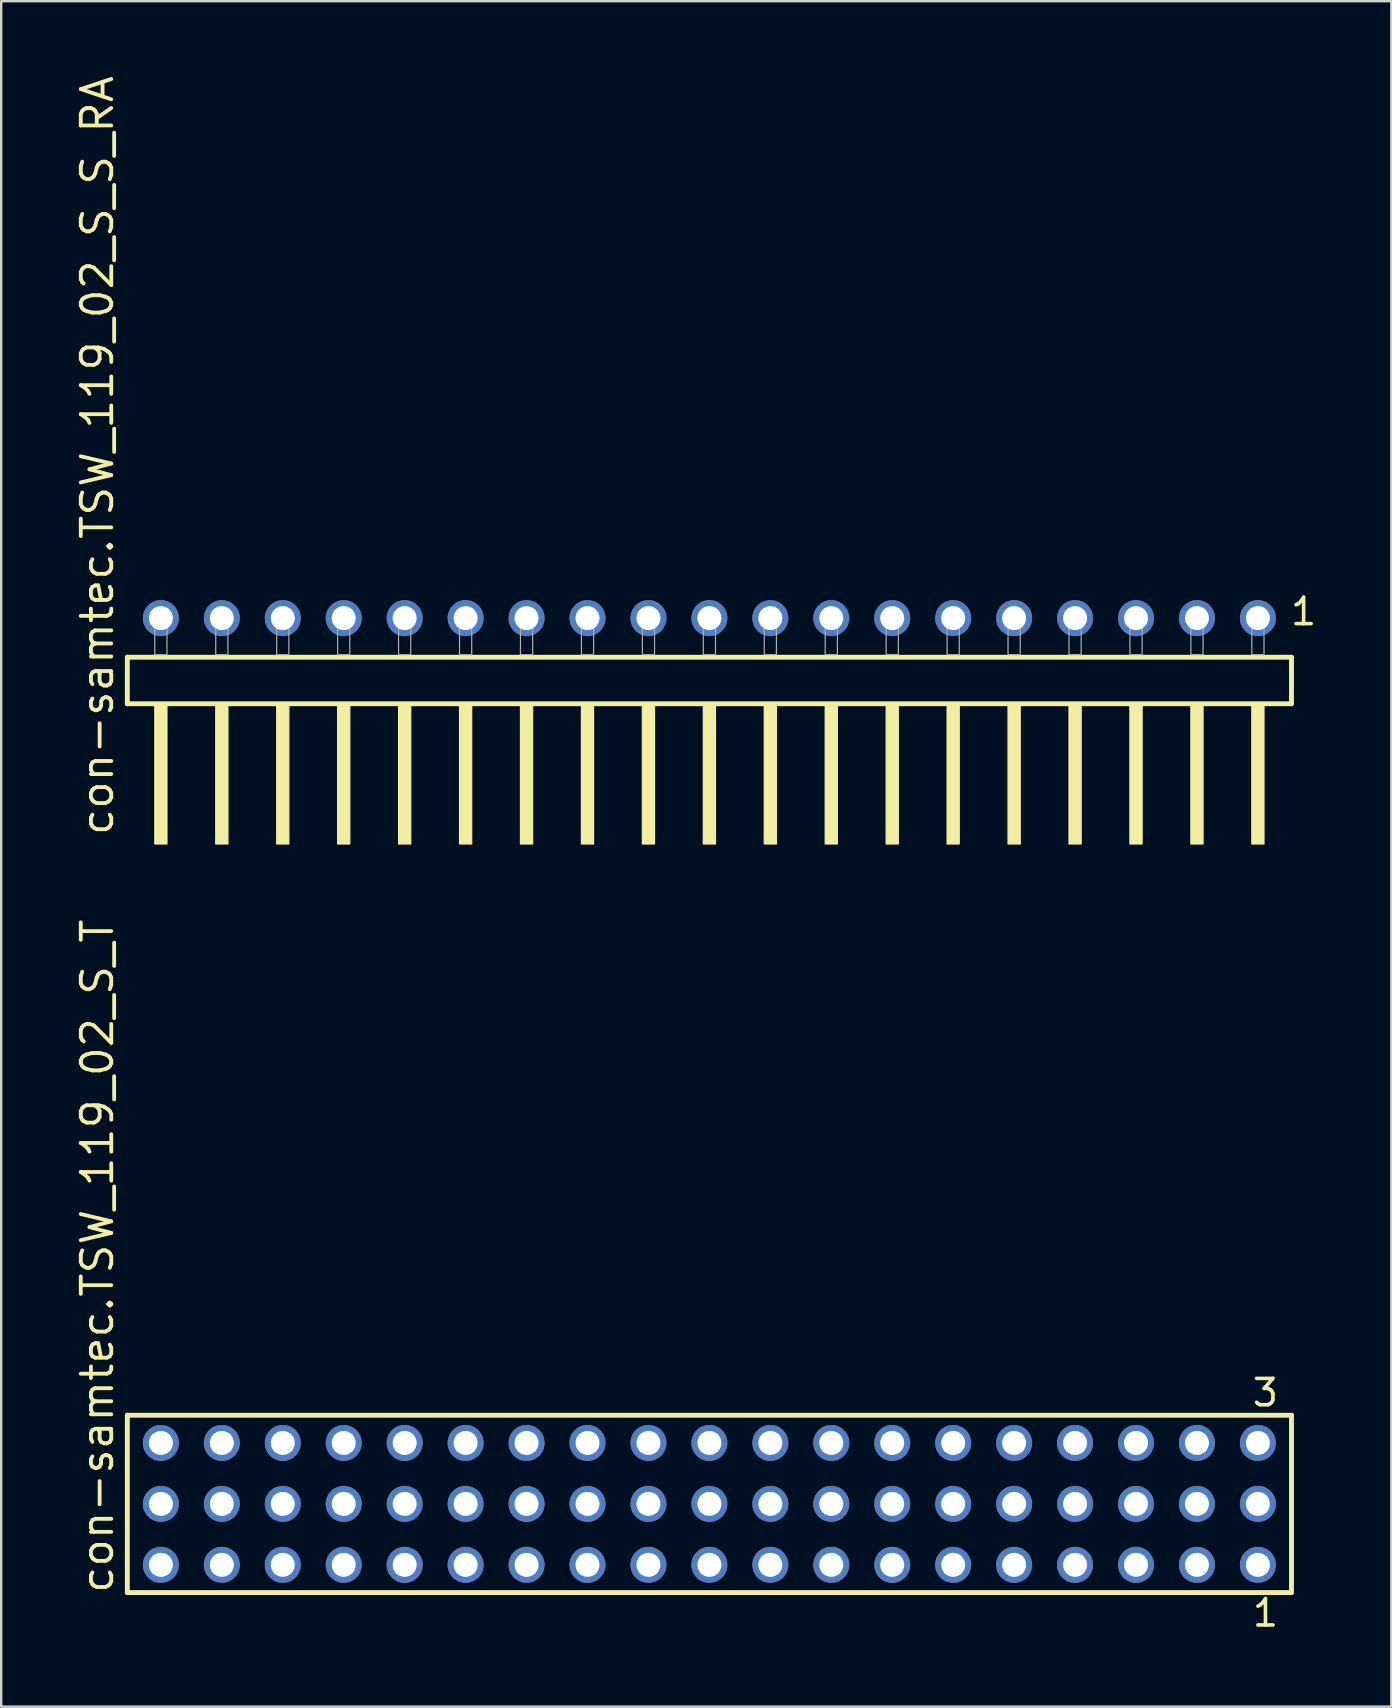
<source format=kicad_pcb>
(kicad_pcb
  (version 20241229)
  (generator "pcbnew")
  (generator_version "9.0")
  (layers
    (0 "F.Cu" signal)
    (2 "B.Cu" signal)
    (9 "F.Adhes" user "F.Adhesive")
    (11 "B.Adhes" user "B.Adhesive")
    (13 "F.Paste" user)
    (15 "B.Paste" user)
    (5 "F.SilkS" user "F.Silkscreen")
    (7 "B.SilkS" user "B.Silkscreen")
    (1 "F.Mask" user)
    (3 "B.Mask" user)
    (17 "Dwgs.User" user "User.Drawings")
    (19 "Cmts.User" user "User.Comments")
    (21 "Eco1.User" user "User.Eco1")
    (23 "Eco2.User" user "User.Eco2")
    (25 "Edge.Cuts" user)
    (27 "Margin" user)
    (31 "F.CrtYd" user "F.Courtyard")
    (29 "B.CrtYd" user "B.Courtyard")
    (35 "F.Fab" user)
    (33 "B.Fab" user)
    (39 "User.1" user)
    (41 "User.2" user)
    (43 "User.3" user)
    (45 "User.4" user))
  (footprint "con-samtec.TSW_119_02_S_T"
    (layer "F.Cu")
    (at 26.515 59.627)
    (property "Reference" "con-samtec.TSW_119_02_S_T" (at -24.765 3.81 90) (layer "F.SilkS") (effects (font (size 1.27 1.27) (thickness 0.16)) (justify left bottom)))
    (attr through_hole)
    (fp_line (start -24.259 -3.695) (end 24.259 -3.695) (stroke (width 0.203) (type default)) (layer "F.SilkS"))
    (fp_line (start -24.259 3.695) (end -24.259 -3.695) (stroke (width 0.203) (type default)) (layer "F.SilkS"))
    (fp_line (start 24.259 -3.695) (end 24.259 3.695) (stroke (width 0.203) (type default)) (layer "F.SilkS"))
    (fp_line (start 24.259 3.695) (end -24.259 3.695) (stroke (width 0.203) (type default)) (layer "F.SilkS"))
    (fp_rect (start -23.21 -2.19) (end -22.51 -2.89) (stroke (width 0.05) (type default)) (fill no) (layer "F.Fab"))
    (fp_rect (start -23.21 0.35) (end -22.51 -0.35) (stroke (width 0.05) (type default)) (fill no) (layer "F.Fab"))
    (fp_rect (start -23.21 2.89) (end -22.51 2.19) (stroke (width 0.05) (type default)) (fill no) (layer "F.Fab"))
    (fp_rect (start -20.67 -2.19) (end -19.97 -2.89) (stroke (width 0.05) (type default)) (fill no) (layer "F.Fab"))
    (fp_rect (start -20.67 0.35) (end -19.97 -0.35) (stroke (width 0.05) (type default)) (fill no) (layer "F.Fab"))
    (fp_rect (start -20.67 2.89) (end -19.97 2.19) (stroke (width 0.05) (type default)) (fill no) (layer "F.Fab"))
    (fp_rect (start -18.13 -2.19) (end -17.43 -2.89) (stroke (width 0.05) (type default)) (fill no) (layer "F.Fab"))
    (fp_rect (start -18.13 0.35) (end -17.43 -0.35) (stroke (width 0.05) (type default)) (fill no) (layer "F.Fab"))
    (fp_rect (start -18.13 2.89) (end -17.43 2.19) (stroke (width 0.05) (type default)) (fill no) (layer "F.Fab"))
    (fp_rect (start -15.59 -2.19) (end -14.89 -2.89) (stroke (width 0.05) (type default)) (fill no) (layer "F.Fab"))
    (fp_rect (start -15.59 0.35) (end -14.89 -0.35) (stroke (width 0.05) (type default)) (fill no) (layer "F.Fab"))
    (fp_rect (start -15.59 2.89) (end -14.89 2.19) (stroke (width 0.05) (type default)) (fill no) (layer "F.Fab"))
    (fp_rect (start -13.05 -2.19) (end -12.35 -2.89) (stroke (width 0.05) (type default)) (fill no) (layer "F.Fab"))
    (fp_rect (start -13.05 0.35) (end -12.35 -0.35) (stroke (width 0.05) (type default)) (fill no) (layer "F.Fab"))
    (fp_rect (start -13.05 2.89) (end -12.35 2.19) (stroke (width 0.05) (type default)) (fill no) (layer "F.Fab"))
    (fp_rect (start -10.51 -2.19) (end -9.81 -2.89) (stroke (width 0.05) (type default)) (fill no) (layer "F.Fab"))
    (fp_rect (start -10.51 0.35) (end -9.81 -0.35) (stroke (width 0.05) (type default)) (fill no) (layer "F.Fab"))
    (fp_rect (start -10.51 2.89) (end -9.81 2.19) (stroke (width 0.05) (type default)) (fill no) (layer "F.Fab"))
    (fp_rect (start -7.97 -2.19) (end -7.27 -2.89) (stroke (width 0.05) (type default)) (fill no) (layer "F.Fab"))
    (fp_rect (start -7.97 0.35) (end -7.27 -0.35) (stroke (width 0.05) (type default)) (fill no) (layer "F.Fab"))
    (fp_rect (start -7.97 2.89) (end -7.27 2.19) (stroke (width 0.05) (type default)) (fill no) (layer "F.Fab"))
    (fp_rect (start -5.43 -2.19) (end -4.73 -2.89) (stroke (width 0.05) (type default)) (fill no) (layer "F.Fab"))
    (fp_rect (start -5.43 0.35) (end -4.73 -0.35) (stroke (width 0.05) (type default)) (fill no) (layer "F.Fab"))
    (fp_rect (start -5.43 2.89) (end -4.73 2.19) (stroke (width 0.05) (type default)) (fill no) (layer "F.Fab"))
    (fp_rect (start -2.89 -2.19) (end -2.19 -2.89) (stroke (width 0.05) (type default)) (fill no) (layer "F.Fab"))
    (fp_rect (start -2.89 0.35) (end -2.19 -0.35) (stroke (width 0.05) (type default)) (fill no) (layer "F.Fab"))
    (fp_rect (start -2.89 2.89) (end -2.19 2.19) (stroke (width 0.05) (type default)) (fill no) (layer "F.Fab"))
    (fp_rect (start -0.35 -2.19) (end 0.35 -2.89) (stroke (width 0.05) (type default)) (fill no) (layer "F.Fab"))
    (fp_rect (start -0.35 0.35) (end 0.35 -0.35) (stroke (width 0.05) (type default)) (fill no) (layer "F.Fab"))
    (fp_rect (start -0.35 2.89) (end 0.35 2.19) (stroke (width 0.05) (type default)) (fill no) (layer "F.Fab"))
    (fp_rect (start 2.19 -2.19) (end 2.89 -2.89) (stroke (width 0.05) (type default)) (fill no) (layer "F.Fab"))
    (fp_rect (start 2.19 0.35) (end 2.89 -0.35) (stroke (width 0.05) (type default)) (fill no) (layer "F.Fab"))
    (fp_rect (start 2.19 2.89) (end 2.89 2.19) (stroke (width 0.05) (type default)) (fill no) (layer "F.Fab"))
    (fp_rect (start 4.73 -2.19) (end 5.43 -2.89) (stroke (width 0.05) (type default)) (fill no) (layer "F.Fab"))
    (fp_rect (start 4.73 0.35) (end 5.43 -0.35) (stroke (width 0.05) (type default)) (fill no) (layer "F.Fab"))
    (fp_rect (start 4.73 2.89) (end 5.43 2.19) (stroke (width 0.05) (type default)) (fill no) (layer "F.Fab"))
    (fp_rect (start 7.27 -2.19) (end 7.97 -2.89) (stroke (width 0.05) (type default)) (fill no) (layer "F.Fab"))
    (fp_rect (start 7.27 0.35) (end 7.97 -0.35) (stroke (width 0.05) (type default)) (fill no) (layer "F.Fab"))
    (fp_rect (start 7.27 2.89) (end 7.97 2.19) (stroke (width 0.05) (type default)) (fill no) (layer "F.Fab"))
    (fp_rect (start 9.81 -2.19) (end 10.51 -2.89) (stroke (width 0.05) (type default)) (fill no) (layer "F.Fab"))
    (fp_rect (start 9.81 0.35) (end 10.51 -0.35) (stroke (width 0.05) (type default)) (fill no) (layer "F.Fab"))
    (fp_rect (start 9.81 2.89) (end 10.51 2.19) (stroke (width 0.05) (type default)) (fill no) (layer "F.Fab"))
    (fp_rect (start 12.35 -2.19) (end 13.05 -2.89) (stroke (width 0.05) (type default)) (fill no) (layer "F.Fab"))
    (fp_rect (start 12.35 0.35) (end 13.05 -0.35) (stroke (width 0.05) (type default)) (fill no) (layer "F.Fab"))
    (fp_rect (start 12.35 2.89) (end 13.05 2.19) (stroke (width 0.05) (type default)) (fill no) (layer "F.Fab"))
    (fp_rect (start 14.89 -2.19) (end 15.59 -2.89) (stroke (width 0.05) (type default)) (fill no) (layer "F.Fab"))
    (fp_rect (start 14.89 0.35) (end 15.59 -0.35) (stroke (width 0.05) (type default)) (fill no) (layer "F.Fab"))
    (fp_rect (start 14.89 2.89) (end 15.59 2.19) (stroke (width 0.05) (type default)) (fill no) (layer "F.Fab"))
    (fp_rect (start 17.43 -2.19) (end 18.13 -2.89) (stroke (width 0.05) (type default)) (fill no) (layer "F.Fab"))
    (fp_rect (start 17.43 0.35) (end 18.13 -0.35) (stroke (width 0.05) (type default)) (fill no) (layer "F.Fab"))
    (fp_rect (start 17.43 2.89) (end 18.13 2.19) (stroke (width 0.05) (type default)) (fill no) (layer "F.Fab"))
    (fp_rect (start 19.97 -2.19) (end 20.67 -2.89) (stroke (width 0.05) (type default)) (fill no) (layer "F.Fab"))
    (fp_rect (start 19.97 0.35) (end 20.67 -0.35) (stroke (width 0.05) (type default)) (fill no) (layer "F.Fab"))
    (fp_rect (start 19.97 2.89) (end 20.67 2.19) (stroke (width 0.05) (type default)) (fill no) (layer "F.Fab"))
    (fp_rect (start 22.51 -2.19) (end 23.21 -2.89) (stroke (width 0.05) (type default)) (fill no) (layer "F.Fab"))
    (fp_rect (start 22.51 0.35) (end 23.21 -0.35) (stroke (width 0.05) (type default)) (fill no) (layer "F.Fab"))
    (fp_rect (start 22.51 2.89) (end 23.21 2.19) (stroke (width 0.05) (type default)) (fill no) (layer "F.Fab"))
    (fp_text user "3" (at 22.548 -3.989 0) (layer "F.SilkS") (effects (font (size 1.1 1.1) (thickness 0.15)) (justify left bottom)))
    (fp_text user "1" (at 22.552 5.188 0) (layer "F.SilkS") (effects (font (size 1.1 1.1) (thickness 0.15)) (justify left bottom)))
    (pad "1" thru_hole circle (at 22.86 2.54 180) (size 1.5 1.5) (drill 1) (layers "*.Cu" "*.Mask"))
    (pad "2" thru_hole circle (at 22.86 0 180) (size 1.5 1.5) (drill 1) (layers "*.Cu" "*.Mask"))
    (pad "3" thru_hole circle (at 22.86 -2.54 180) (size 1.5 1.5) (drill 1) (layers "*.Cu" "*.Mask"))
    (pad "4" thru_hole circle (at 20.32 2.54 180) (size 1.5 1.5) (drill 1) (layers "*.Cu" "*.Mask"))
    (pad "5" thru_hole circle (at 20.32 0 180) (size 1.5 1.5) (drill 1) (layers "*.Cu" "*.Mask"))
    (pad "6" thru_hole circle (at 20.32 -2.54 180) (size 1.5 1.5) (drill 1) (layers "*.Cu" "*.Mask"))
    (pad "7" thru_hole circle (at 17.78 2.54 180) (size 1.5 1.5) (drill 1) (layers "*.Cu" "*.Mask"))
    (pad "8" thru_hole circle (at 17.78 0 180) (size 1.5 1.5) (drill 1) (layers "*.Cu" "*.Mask"))
    (pad "9" thru_hole circle (at 17.78 -2.54 180) (size 1.5 1.5) (drill 1) (layers "*.Cu" "*.Mask"))
    (pad "10" thru_hole circle (at 15.24 2.54 180) (size 1.5 1.5) (drill 1) (layers "*.Cu" "*.Mask"))
    (pad "11" thru_hole circle (at 15.24 0 180) (size 1.5 1.5) (drill 1) (layers "*.Cu" "*.Mask"))
    (pad "12" thru_hole circle (at 15.24 -2.54 180) (size 1.5 1.5) (drill 1) (layers "*.Cu" "*.Mask"))
    (pad "13" thru_hole circle (at 12.7 2.54 180) (size 1.5 1.5) (drill 1) (layers "*.Cu" "*.Mask"))
    (pad "14" thru_hole circle (at 12.7 0 180) (size 1.5 1.5) (drill 1) (layers "*.Cu" "*.Mask"))
    (pad "15" thru_hole circle (at 12.7 -2.54 180) (size 1.5 1.5) (drill 1) (layers "*.Cu" "*.Mask"))
    (pad "16" thru_hole circle (at 10.16 2.54 180) (size 1.5 1.5) (drill 1) (layers "*.Cu" "*.Mask"))
    (pad "17" thru_hole circle (at 10.16 0 180) (size 1.5 1.5) (drill 1) (layers "*.Cu" "*.Mask"))
    (pad "18" thru_hole circle (at 10.16 -2.54 180) (size 1.5 1.5) (drill 1) (layers "*.Cu" "*.Mask"))
    (pad "19" thru_hole circle (at 7.62 2.54 180) (size 1.5 1.5) (drill 1) (layers "*.Cu" "*.Mask"))
    (pad "20" thru_hole circle (at 7.62 0 180) (size 1.5 1.5) (drill 1) (layers "*.Cu" "*.Mask"))
    (pad "21" thru_hole circle (at 7.62 -2.54 180) (size 1.5 1.5) (drill 1) (layers "*.Cu" "*.Mask"))
    (pad "22" thru_hole circle (at 5.08 2.54 180) (size 1.5 1.5) (drill 1) (layers "*.Cu" "*.Mask"))
    (pad "23" thru_hole circle (at 5.08 0 180) (size 1.5 1.5) (drill 1) (layers "*.Cu" "*.Mask"))
    (pad "24" thru_hole circle (at 5.08 -2.54 180) (size 1.5 1.5) (drill 1) (layers "*.Cu" "*.Mask"))
    (pad "25" thru_hole circle (at 2.54 2.54 180) (size 1.5 1.5) (drill 1) (layers "*.Cu" "*.Mask"))
    (pad "26" thru_hole circle (at 2.54 0 180) (size 1.5 1.5) (drill 1) (layers "*.Cu" "*.Mask"))
    (pad "27" thru_hole circle (at 2.54 -2.54 180) (size 1.5 1.5) (drill 1) (layers "*.Cu" "*.Mask"))
    (pad "28" thru_hole circle (at 0 2.54 180) (size 1.5 1.5) (drill 1) (layers "*.Cu" "*.Mask"))
    (pad "29" thru_hole circle (at 0 0 180) (size 1.5 1.5) (drill 1) (layers "*.Cu" "*.Mask"))
    (pad "30" thru_hole circle (at 0 -2.54 180) (size 1.5 1.5) (drill 1) (layers "*.Cu" "*.Mask"))
    (pad "31" thru_hole circle (at -2.54 2.54 180) (size 1.5 1.5) (drill 1) (layers "*.Cu" "*.Mask"))
    (pad "32" thru_hole circle (at -2.54 0 180) (size 1.5 1.5) (drill 1) (layers "*.Cu" "*.Mask"))
    (pad "33" thru_hole circle (at -2.54 -2.54 180) (size 1.5 1.5) (drill 1) (layers "*.Cu" "*.Mask"))
    (pad "34" thru_hole circle (at -5.08 2.54 180) (size 1.5 1.5) (drill 1) (layers "*.Cu" "*.Mask"))
    (pad "35" thru_hole circle (at -5.08 0 180) (size 1.5 1.5) (drill 1) (layers "*.Cu" "*.Mask"))
    (pad "36" thru_hole circle (at -5.08 -2.54 180) (size 1.5 1.5) (drill 1) (layers "*.Cu" "*.Mask"))
    (pad "37" thru_hole circle (at -7.62 2.54 180) (size 1.5 1.5) (drill 1) (layers "*.Cu" "*.Mask"))
    (pad "38" thru_hole circle (at -7.62 0 180) (size 1.5 1.5) (drill 1) (layers "*.Cu" "*.Mask"))
    (pad "39" thru_hole circle (at -7.62 -2.54 180) (size 1.5 1.5) (drill 1) (layers "*.Cu" "*.Mask"))
    (pad "40" thru_hole circle (at -10.16 2.54 180) (size 1.5 1.5) (drill 1) (layers "*.Cu" "*.Mask"))
    (pad "41" thru_hole circle (at -10.16 0 180) (size 1.5 1.5) (drill 1) (layers "*.Cu" "*.Mask"))
    (pad "42" thru_hole circle (at -10.16 -2.54 180) (size 1.5 1.5) (drill 1) (layers "*.Cu" "*.Mask"))
    (pad "43" thru_hole circle (at -12.7 2.54 180) (size 1.5 1.5) (drill 1) (layers "*.Cu" "*.Mask"))
    (pad "44" thru_hole circle (at -12.7 0 180) (size 1.5 1.5) (drill 1) (layers "*.Cu" "*.Mask"))
    (pad "45" thru_hole circle (at -12.7 -2.54 180) (size 1.5 1.5) (drill 1) (layers "*.Cu" "*.Mask"))
    (pad "46" thru_hole circle (at -15.24 2.54 180) (size 1.5 1.5) (drill 1) (layers "*.Cu" "*.Mask"))
    (pad "47" thru_hole circle (at -15.24 0 180) (size 1.5 1.5) (drill 1) (layers "*.Cu" "*.Mask"))
    (pad "48" thru_hole circle (at -15.24 -2.54 180) (size 1.5 1.5) (drill 1) (layers "*.Cu" "*.Mask"))
    (pad "49" thru_hole circle (at -17.78 2.54 180) (size 1.5 1.5) (drill 1) (layers "*.Cu" "*.Mask"))
    (pad "50" thru_hole circle (at -17.78 0 180) (size 1.5 1.5) (drill 1) (layers "*.Cu" "*.Mask"))
    (pad "51" thru_hole circle (at -17.78 -2.54 180) (size 1.5 1.5) (drill 1) (layers "*.Cu" "*.Mask"))
    (pad "52" thru_hole circle (at -20.32 2.54 180) (size 1.5 1.5) (drill 1) (layers "*.Cu" "*.Mask"))
    (pad "53" thru_hole circle (at -20.32 0 180) (size 1.5 1.5) (drill 1) (layers "*.Cu" "*.Mask"))
    (pad "54" thru_hole circle (at -20.32 -2.54 180) (size 1.5 1.5) (drill 1) (layers "*.Cu" "*.Mask"))
    (pad "55" thru_hole circle (at -22.86 2.54 180) (size 1.5 1.5) (drill 1) (layers "*.Cu" "*.Mask"))
    (pad "56" thru_hole circle (at -22.86 0 180) (size 1.5 1.5) (drill 1) (layers "*.Cu" "*.Mask"))
    (pad "57" thru_hole circle (at -22.86 -2.54 180) (size 1.5 1.5) (drill 1) (layers "*.Cu" "*.Mask")))
  (footprint "con-samtec.TSW_119_02_S_S_RA"
    (layer "F.Cu")
    (at 26.515 24.235)
    (property "Reference" "con-samtec.TSW_119_02_S_S_RA" (at -24.765 7.62 90) (layer "F.SilkS") (effects (font (size 1.27 1.27) (thickness 0.16)) (justify left bottom)))
    (attr through_hole)
    (fp_line (start -24.259 0.106) (end -24.259 2.046) (stroke (width 0.203) (type default)) (layer "F.SilkS"))
    (fp_line (start -24.259 2.046) (end 24.259 2.046) (stroke (width 0.203) (type default)) (layer "F.SilkS"))
    (fp_line (start 24.259 0.106) (end -24.259 0.106) (stroke (width 0.203) (type default)) (layer "F.SilkS"))
    (fp_line (start 24.259 2.046) (end 24.259 0.106) (stroke (width 0.203) (type default)) (layer "F.SilkS"))
    (fp_rect (start -23.114 7.89) (end -22.606 2.04) (stroke (width 0.05) (type default)) (fill yes) (layer "F.SilkS"))
    (fp_rect (start -20.574 7.89) (end -20.066 2.04) (stroke (width 0.05) (type default)) (fill yes) (layer "F.SilkS"))
    (fp_rect (start -18.034 7.89) (end -17.526 2.04) (stroke (width 0.05) (type default)) (fill yes) (layer "F.SilkS"))
    (fp_rect (start -15.494 7.89) (end -14.986 2.04) (stroke (width 0.05) (type default)) (fill yes) (layer "F.SilkS"))
    (fp_rect (start -12.954 7.89) (end -12.446 2.04) (stroke (width 0.05) (type default)) (fill yes) (layer "F.SilkS"))
    (fp_rect (start -10.414 7.89) (end -9.906 2.04) (stroke (width 0.05) (type default)) (fill yes) (layer "F.SilkS"))
    (fp_rect (start -7.874 7.89) (end -7.366 2.04) (stroke (width 0.05) (type default)) (fill yes) (layer "F.SilkS"))
    (fp_rect (start -5.334 7.89) (end -4.826 2.04) (stroke (width 0.05) (type default)) (fill yes) (layer "F.SilkS"))
    (fp_rect (start -2.794 7.89) (end -2.286 2.04) (stroke (width 0.05) (type default)) (fill yes) (layer "F.SilkS"))
    (fp_rect (start -0.254 7.89) (end 0.254 2.04) (stroke (width 0.05) (type default)) (fill yes) (layer "F.SilkS"))
    (fp_rect (start 2.286 7.89) (end 2.794 2.04) (stroke (width 0.05) (type default)) (fill yes) (layer "F.SilkS"))
    (fp_rect (start 4.826 7.89) (end 5.334 2.04) (stroke (width 0.05) (type default)) (fill yes) (layer "F.SilkS"))
    (fp_rect (start 7.366 7.89) (end 7.874 2.04) (stroke (width 0.05) (type default)) (fill yes) (layer "F.SilkS"))
    (fp_rect (start 9.906 7.89) (end 10.414 2.04) (stroke (width 0.05) (type default)) (fill yes) (layer "F.SilkS"))
    (fp_rect (start 12.446 7.89) (end 12.954 2.04) (stroke (width 0.05) (type default)) (fill yes) (layer "F.SilkS"))
    (fp_rect (start 14.986 7.89) (end 15.494 2.04) (stroke (width 0.05) (type default)) (fill yes) (layer "F.SilkS"))
    (fp_rect (start 17.526 7.89) (end 18.034 2.04) (stroke (width 0.05) (type default)) (fill yes) (layer "F.SilkS"))
    (fp_rect (start 20.066 7.89) (end 20.574 2.04) (stroke (width 0.05) (type default)) (fill yes) (layer "F.SilkS"))
    (fp_rect (start 22.606 7.89) (end 23.114 2.04) (stroke (width 0.05) (type default)) (fill yes) (layer "F.SilkS"))
    (fp_rect (start -23.114 0) (end -22.606 -1.778) (stroke (width 0.05) (type default)) (fill no) (layer "F.Fab"))
    (fp_rect (start -20.574 0) (end -20.066 -1.778) (stroke (width 0.05) (type default)) (fill no) (layer "F.Fab"))
    (fp_rect (start -18.034 0) (end -17.526 -1.778) (stroke (width 0.05) (type default)) (fill no) (layer "F.Fab"))
    (fp_rect (start -15.494 0) (end -14.986 -1.778) (stroke (width 0.05) (type default)) (fill no) (layer "F.Fab"))
    (fp_rect (start -12.954 0) (end -12.446 -1.778) (stroke (width 0.05) (type default)) (fill no) (layer "F.Fab"))
    (fp_rect (start -10.414 0) (end -9.906 -1.778) (stroke (width 0.05) (type default)) (fill no) (layer "F.Fab"))
    (fp_rect (start -7.874 0) (end -7.366 -1.778) (stroke (width 0.05) (type default)) (fill no) (layer "F.Fab"))
    (fp_rect (start -5.334 0) (end -4.826 -1.778) (stroke (width 0.05) (type default)) (fill no) (layer "F.Fab"))
    (fp_rect (start -2.794 0) (end -2.286 -1.778) (stroke (width 0.05) (type default)) (fill no) (layer "F.Fab"))
    (fp_rect (start -0.254 0) (end 0.254 -1.778) (stroke (width 0.05) (type default)) (fill no) (layer "F.Fab"))
    (fp_rect (start 2.286 0) (end 2.794 -1.778) (stroke (width 0.05) (type default)) (fill no) (layer "F.Fab"))
    (fp_rect (start 4.826 0) (end 5.334 -1.778) (stroke (width 0.05) (type default)) (fill no) (layer "F.Fab"))
    (fp_rect (start 7.366 0) (end 7.874 -1.778) (stroke (width 0.05) (type default)) (fill no) (layer "F.Fab"))
    (fp_rect (start 9.906 0) (end 10.414 -1.778) (stroke (width 0.05) (type default)) (fill no) (layer "F.Fab"))
    (fp_rect (start 12.446 0) (end 12.954 -1.778) (stroke (width 0.05) (type default)) (fill no) (layer "F.Fab"))
    (fp_rect (start 14.986 0) (end 15.494 -1.778) (stroke (width 0.05) (type default)) (fill no) (layer "F.Fab"))
    (fp_rect (start 17.526 0) (end 18.034 -1.778) (stroke (width 0.05) (type default)) (fill no) (layer "F.Fab"))
    (fp_rect (start 20.066 0) (end 20.574 -1.778) (stroke (width 0.05) (type default)) (fill no) (layer "F.Fab"))
    (fp_rect (start 22.606 0) (end 23.114 -1.778) (stroke (width 0.05) (type default)) (fill no) (layer "F.Fab"))
    (fp_text user "1" (at 24.142 -1.152 0) (layer "F.SilkS") (effects (font (size 1.1 1.1) (thickness 0.15)) (justify left bottom)))
    (pad "1" thru_hole circle (at 22.86 -1.524 180) (size 1.5 1.5) (drill 1) (layers "*.Cu" "*.Mask"))
    (pad "2" thru_hole circle (at 20.32 -1.524 180) (size 1.5 1.5) (drill 1) (layers "*.Cu" "*.Mask"))
    (pad "3" thru_hole circle (at 17.78 -1.524 180) (size 1.5 1.5) (drill 1) (layers "*.Cu" "*.Mask"))
    (pad "4" thru_hole circle (at 15.24 -1.524 180) (size 1.5 1.5) (drill 1) (layers "*.Cu" "*.Mask"))
    (pad "5" thru_hole circle (at 12.7 -1.524 180) (size 1.5 1.5) (drill 1) (layers "*.Cu" "*.Mask"))
    (pad "6" thru_hole circle (at 10.16 -1.524 180) (size 1.5 1.5) (drill 1) (layers "*.Cu" "*.Mask"))
    (pad "7" thru_hole circle (at 7.62 -1.524 180) (size 1.5 1.5) (drill 1) (layers "*.Cu" "*.Mask"))
    (pad "8" thru_hole circle (at 5.08 -1.524 180) (size 1.5 1.5) (drill 1) (layers "*.Cu" "*.Mask"))
    (pad "9" thru_hole circle (at 2.54 -1.524 180) (size 1.5 1.5) (drill 1) (layers "*.Cu" "*.Mask"))
    (pad "10" thru_hole circle (at 0 -1.524 180) (size 1.5 1.5) (drill 1) (layers "*.Cu" "*.Mask"))
    (pad "11" thru_hole circle (at -2.54 -1.524 180) (size 1.5 1.5) (drill 1) (layers "*.Cu" "*.Mask"))
    (pad "12" thru_hole circle (at -5.08 -1.524 180) (size 1.5 1.5) (drill 1) (layers "*.Cu" "*.Mask"))
    (pad "13" thru_hole circle (at -7.62 -1.524 180) (size 1.5 1.5) (drill 1) (layers "*.Cu" "*.Mask"))
    (pad "14" thru_hole circle (at -10.16 -1.524 180) (size 1.5 1.5) (drill 1) (layers "*.Cu" "*.Mask"))
    (pad "15" thru_hole circle (at -12.7 -1.524 180) (size 1.5 1.5) (drill 1) (layers "*.Cu" "*.Mask"))
    (pad "16" thru_hole circle (at -15.24 -1.524 180) (size 1.5 1.5) (drill 1) (layers "*.Cu" "*.Mask"))
    (pad "17" thru_hole circle (at -17.78 -1.524 180) (size 1.5 1.5) (drill 1) (layers "*.Cu" "*.Mask"))
    (pad "18" thru_hole circle (at -20.32 -1.524 180) (size 1.5 1.5) (drill 1) (layers "*.Cu" "*.Mask"))
    (pad "19" thru_hole circle (at -22.86 -1.524 180) (size 1.5 1.5) (drill 1) (layers "*.Cu" "*.Mask")))
  (gr_rect
    (start -3 -3)
    (end 54.935 68.079)
    (stroke (width 0.1) (type default))
    (fill no)
    (layer "Edge.Cuts")))
</source>
